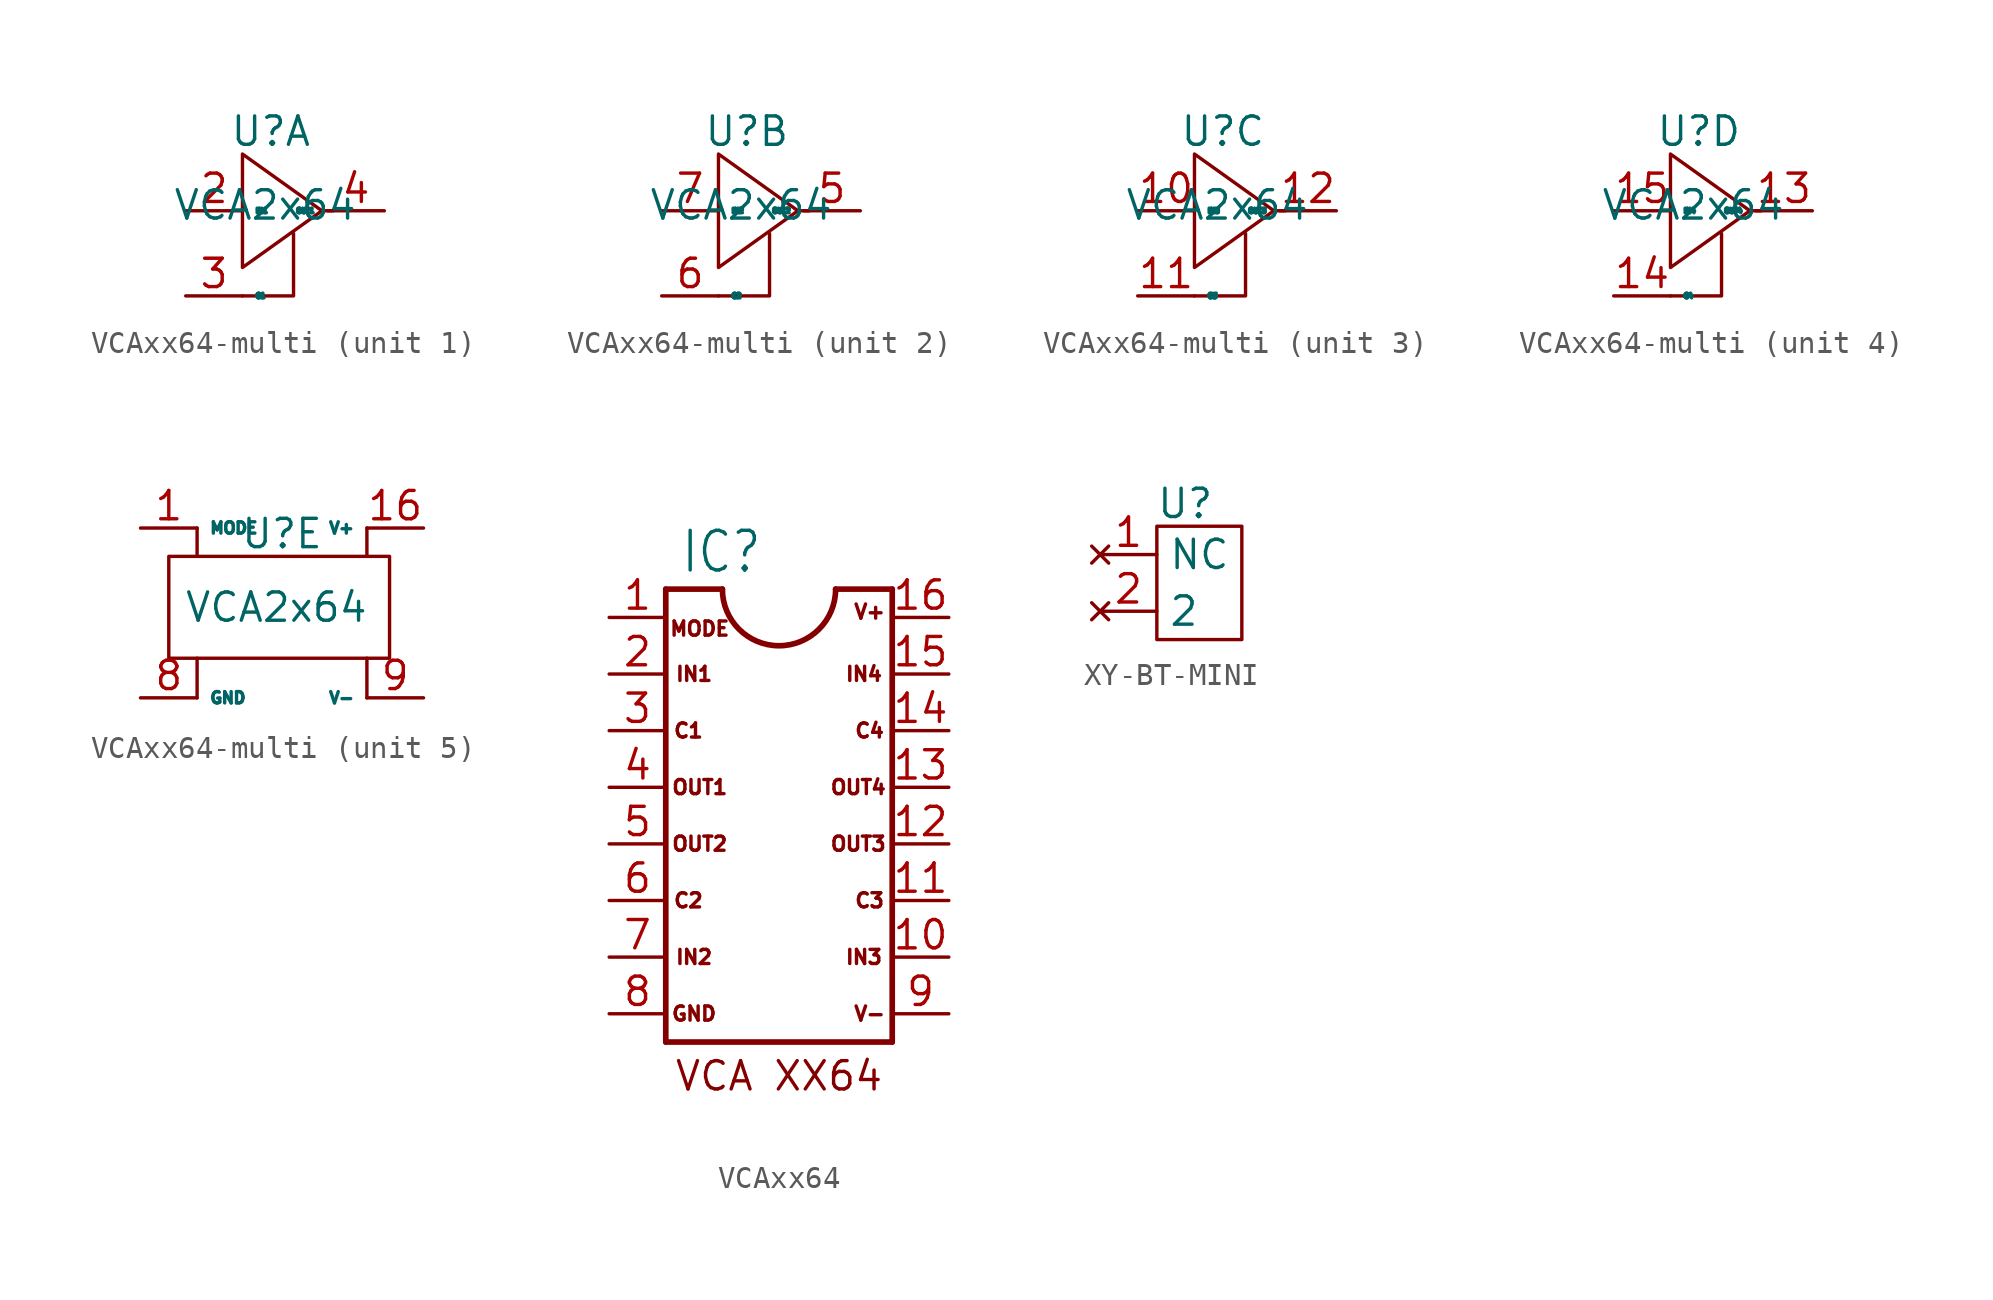
<source format=kicad_sym>
(kicad_symbol_lib
  (version 20241209)
  (generator "kicad_symbol_editor")
  (generator_version "9.0")
  (symbol "VCAxx64-multi"
    (property "Reference" "U"
      (at 0 3.556 0)
      (effects (font (size 1.27 1.27))))
    (property "Value" "VCA2x64"
      (at -0.254 0.254 0)
      (effects (font (size 1.27 1.27))))
    (property "ki_locked" ""
      (at 0 0 0)
      (effects (font (size 1.27 1.27))))
    (symbol "VCAxx64-multi_1_1"
      (polyline (pts (xy -1.27 2.54) (xy 2.286 0) (xy -1.27 -2.54) (xy -1.27 2.54) (xy -1.27 2.286)) (stroke (width 0) (type default)) (fill (type none)))
      (polyline (pts (xy 1.016 -1.016) (xy 1.016 -3.81) (xy -1.27 -3.81)) (stroke (width 0) (type default)) (fill (type none)))
      (polyline (pts (xy 2.286 0) (xy 2.794 0)) (stroke (width 0) (type default)) (fill (type none)))
      (pin input line (at -3.81 0 0) (length 2.54) (name "IN1" (effects (font (size 0.203 0.203)))) (number "2" (effects (font (size 1.27 1.27)))))
      (pin input line (at -3.81 -3.81 0) (length 2.54) (name "C1" (effects (font (size 0.203 0.203)))) (number "3" (effects (font (size 1.27 1.27)))))
      (pin output line (at 5.08 0 180) (length 2.54) (name "OUT1" (effects (font (size 0.203 0.203)))) (number "4" (effects (font (size 1.27 1.27))))))
    (symbol "VCAxx64-multi_2_1"
      (polyline (pts (xy -1.27 2.54) (xy 2.286 0) (xy -1.27 -2.54) (xy -1.27 2.54) (xy -1.27 2.286)) (stroke (width 0) (type default)) (fill (type none)))
      (polyline (pts (xy 1.016 -1.016) (xy 1.016 -3.81) (xy -1.27 -3.81)) (stroke (width 0) (type default)) (fill (type none)))
      (polyline (pts (xy 2.286 0) (xy 2.794 0)) (stroke (width 0) (type default)) (fill (type none)))
      (pin input line (at -3.81 0 0) (length 2.54) (name "IN2" (effects (font (size 0.203 0.203)))) (number "7" (effects (font (size 1.27 1.27)))))
      (pin input line (at -3.81 -3.81 0) (length 2.54) (name "C2" (effects (font (size 0.203 0.203)))) (number "6" (effects (font (size 1.27 1.27)))))
      (pin output line (at 5.08 0 180) (length 2.54) (name "OUT2" (effects (font (size 0.203 0.203)))) (number "5" (effects (font (size 1.27 1.27))))))
    (symbol "VCAxx64-multi_3_1"
      (polyline (pts (xy -1.27 2.54) (xy 2.286 0) (xy -1.27 -2.54) (xy -1.27 2.54) (xy -1.27 2.286)) (stroke (width 0) (type default)) (fill (type none)))
      (polyline (pts (xy 1.016 -1.016) (xy 1.016 -3.81) (xy -1.27 -3.81)) (stroke (width 0) (type default)) (fill (type none)))
      (polyline (pts (xy 2.286 0) (xy 2.794 0)) (stroke (width 0) (type default)) (fill (type none)))
      (pin input line (at -3.81 0 0) (length 2.54) (name "IN3" (effects (font (size 0.203 0.203)))) (number "10" (effects (font (size 1.27 1.27)))))
      (pin input line (at -3.81 -3.81 0) (length 2.54) (name "C3" (effects (font (size 0.203 0.203)))) (number "11" (effects (font (size 1.27 1.27)))))
      (pin output line (at 5.08 0 180) (length 2.54) (name "OUT3" (effects (font (size 0.203 0.203)))) (number "12" (effects (font (size 1.27 1.27))))))
    (symbol "VCAxx64-multi_4_1"
      (polyline (pts (xy -1.27 2.54) (xy 2.286 0) (xy -1.27 -2.54) (xy -1.27 2.54) (xy -1.27 2.286)) (stroke (width 0) (type default)) (fill (type none)))
      (polyline (pts (xy 1.016 -1.016) (xy 1.016 -3.81) (xy -1.27 -3.81)) (stroke (width 0) (type default)) (fill (type none)))
      (polyline (pts (xy 2.286 0) (xy 2.794 0)) (stroke (width 0) (type default)) (fill (type none)))
      (pin input line (at -3.81 0 0) (length 2.54) (name "IN4" (effects (font (size 0.203 0.203)))) (number "15" (effects (font (size 1.27 1.27)))))
      (pin input line (at -3.81 -3.81 0) (length 2.54) (name "C4" (effects (font (size 0.203 0.203)))) (number "14" (effects (font (size 1.27 1.27)))))
      (pin output line (at 5.08 0 180) (length 2.54) (name "OUT4" (effects (font (size 0.203 0.203)))) (number "13" (effects (font (size 1.27 1.27))))))
    (symbol "VCAxx64-multi_5_1"
      (rectangle (start -5.08 2.54) (end 4.826 -2.032) (stroke (width 0) (type default)) (fill (type none)))
      (polyline (pts (xy -3.81 3.81) (xy -3.81 2.54)) (stroke (width 0) (type default)) (fill (type none)))
      (polyline (pts (xy -3.81 -3.81) (xy -3.81 -2.032)) (stroke (width 0) (type default)) (fill (type none)))
      (polyline (pts (xy 3.81 3.81) (xy 3.81 2.54)) (stroke (width 0) (type default)) (fill (type none)))
      (polyline (pts (xy 3.81 -3.81) (xy 3.81 -2.032)) (stroke (width 0) (type default)) (fill (type none)))
      (pin input line (at -6.35 3.81 0) (length 2.54) (name "MODE" (effects (font (size 0.508 0.508)))) (number "1" (effects (font (size 1.27 1.27)))))
      (pin power_in line (at -6.35 -3.81 0) (length 2.54) (name "GND" (effects (font (size 0.508 0.508)))) (number "8" (effects (font (size 1.27 1.27)))))
      (pin power_in line (at 6.35 3.81 180) (length 2.54) (name "V+" (effects (font (size 0.508 0.508)))) (number "16" (effects (font (size 1.27 1.27)))))
      (pin power_in line (at 6.35 -3.81 180) (length 2.54) (name "V-" (effects (font (size 0.508 0.508)))) (number "9" (effects (font (size 1.27 1.27)))))))
  (symbol "VCAxx64"
    (property "Reference" "IC"
      (at -4.445 9.525 0)
      (effects (font (size 1.778 1.511)) (justify left bottom)))
    (property "Value" ""
      (at -4.445 -13.97 0)
      (effects (font (size 1.778 1.511)) (justify left bottom)))
    (symbol "VCAxx64_1_0"
      (polyline (pts (xy -5.08 8.89) (xy -5.08 -11.43)) (stroke (width 0.254) (type solid)) (fill (type none)))
      (polyline (pts (xy -5.08 8.89) (xy -2.54 8.89)) (stroke (width 0.254) (type solid)) (fill (type none)))
      (polyline (pts (xy -5.08 -11.43) (xy 5.08 -11.43)) (stroke (width 0.254) (type solid)) (fill (type none)))
      (arc (start 2.54 8.89) (mid 0 6.35) (end -2.54 8.89) (stroke (width 0.254) (type solid)) (fill (type none)))
      (polyline (pts (xy 5.08 8.89) (xy 2.54 8.89)) (stroke (width 0.254) (type solid)) (fill (type none)))
      (polyline (pts (xy 5.08 -11.43) (xy 5.08 8.89)) (stroke (width 0.254) (type solid)) (fill (type none)))
      (pin input line (at -7.62 7.62 0) (length 2.54) (name "MODE" (effects (font (size 0 0)))) (number "1" (effects (font (size 1.27 1.27)))))
      (pin input line (at -7.62 5.08 0) (length 2.54) (name "IN1" (effects (font (size 0 0)))) (number "2" (effects (font (size 1.27 1.27)))))
      (pin input line (at -7.62 2.54 0) (length 2.54) (name "C1" (effects (font (size 0 0)))) (number "3" (effects (font (size 1.27 1.27)))))
      (pin output line (at -7.62 0 0) (length 2.54) (name "OUT1" (effects (font (size 0 0)))) (number "4" (effects (font (size 1.27 1.27)))))
      (pin output line (at -7.62 -2.54 0) (length 2.54) (name "5" (effects (font (size 0 0)))) (number "5" (effects (font (size 1.27 1.27)))))
      (pin input line (at -7.62 -5.08 0) (length 2.54) (name "6" (effects (font (size 0 0)))) (number "6" (effects (font (size 1.27 1.27)))))
      (pin input line (at -7.62 -7.62 0) (length 2.54) (name "7" (effects (font (size 0 0)))) (number "7" (effects (font (size 1.27 1.27)))))
      (pin power_in line (at -7.62 -10.16 0) (length 2.54) (name "8" (effects (font (size 0 0)))) (number "8" (effects (font (size 1.27 1.27)))))
      (pin power_in line (at 7.62 7.62 180) (length 2.54) (name "V+" (effects (font (size 0 0)))) (number "16" (effects (font (size 1.27 1.27)))))
      (pin input line (at 7.62 5.08 180) (length 2.54) (name "IN4" (effects (font (size 0 0)))) (number "15" (effects (font (size 1.27 1.27)))))
      (pin input line (at 7.62 2.54 180) (length 2.54) (name "C4" (effects (font (size 0 0)))) (number "14" (effects (font (size 1.27 1.27)))))
      (pin output line (at 7.62 0 180) (length 2.54) (name "OUT4" (effects (font (size 0 0)))) (number "13" (effects (font (size 1.27 1.27)))))
      (pin output line (at 7.62 -2.54 180) (length 2.54) (name "OUT3" (effects (font (size 0 0)))) (number "12" (effects (font (size 1.27 1.27)))))
      (pin input line (at 7.62 -5.08 180) (length 2.54) (name "C3" (effects (font (size 0 0)))) (number "11" (effects (font (size 1.27 1.27)))))
      (pin input line (at 7.62 -7.62 180) (length 2.54) (name "10" (effects (font (size 0 0)))) (number "10" (effects (font (size 1.27 1.27)))))
      (pin power_in line (at 7.62 -10.16 180) (length 2.54) (name "V-" (effects (font (size 0 0)))) (number "9" (effects (font (size 1.27 1.27))))))
    (symbol "VCAxx64_1_1"
      (text "C1" (at -4.064 2.54 0) (effects (font (size 0.635 0.635))))
      (text "C2" (at -4.064 -5.08 0) (effects (font (size 0.635 0.635))))
      (text "IN1" (at -3.81 5.08 0) (effects (font (size 0.635 0.635))))
      (text "IN2" (at -3.81 -7.62 0) (effects (font (size 0.635 0.635))))
      (text "GND" (at -3.81 -10.16 0) (effects (font (size 0.635 0.635))))
      (text "MODE\n" (at -3.556 7.112 0) (effects (font (size 0.635 0.635))))
      (text "OUT1" (at -3.556 0 0) (effects (font (size 0.635 0.635))))
      (text "OUT2" (at -3.556 -2.54 0) (effects (font (size 0.635 0.635))))
      (text "VCA XX64" (at 0 -12.954 0) (effects (font (size 1.27 1.27))))
      (text "OUT4" (at 3.556 0 0) (effects (font (size 0.635 0.635))))
      (text "OUT3" (at 3.556 -2.54 0) (effects (font (size 0.635 0.635))))
      (text "IN4" (at 3.81 5.08 0) (effects (font (size 0.635 0.635))))
      (text "IN3" (at 3.81 -7.62 0) (effects (font (size 0.635 0.635))))
      (text "V+" (at 4.064 7.874 0) (effects (font (size 0.635 0.635))))
      (text "C4" (at 4.064 2.54 0) (effects (font (size 0.635 0.635))))
      (text "C3" (at 4.064 -5.08 0) (effects (font (size 0.635 0.635))))
      (text "V-" (at 4.064 -10.16 0) (effects (font (size 0.635 0.635))))))
  (symbol "XY-BT-MINI"
    (property "Reference" "U"
      (at 0 3.556 0)
      (effects (font (size 1.27 1.27))))
    (property "Value" ""
      (at 0 0 0)
      (effects (font (size 1.27 1.27))))
    (symbol "XY-BT-MINI_0_1"
      (rectangle (start -1.27 2.54) (end 2.54 -2.54) (stroke (width 0) (type default)) (fill (type none))))
    (symbol "XY-BT-MINI_1_1"
      (pin no_connect line (at -3.81 1.27 0) (length 2.54) (name "NC" (effects (font (size 1.27 1.27)))) (number "1" (effects (font (size 1.27 1.27)))))
      (pin no_connect line (at -3.81 -1.27 0) (length 2.54) (name "2" (effects (font (size 1.27 1.27)))) (number "2" (effects (font (size 1.27 1.27))))))))
</source>
